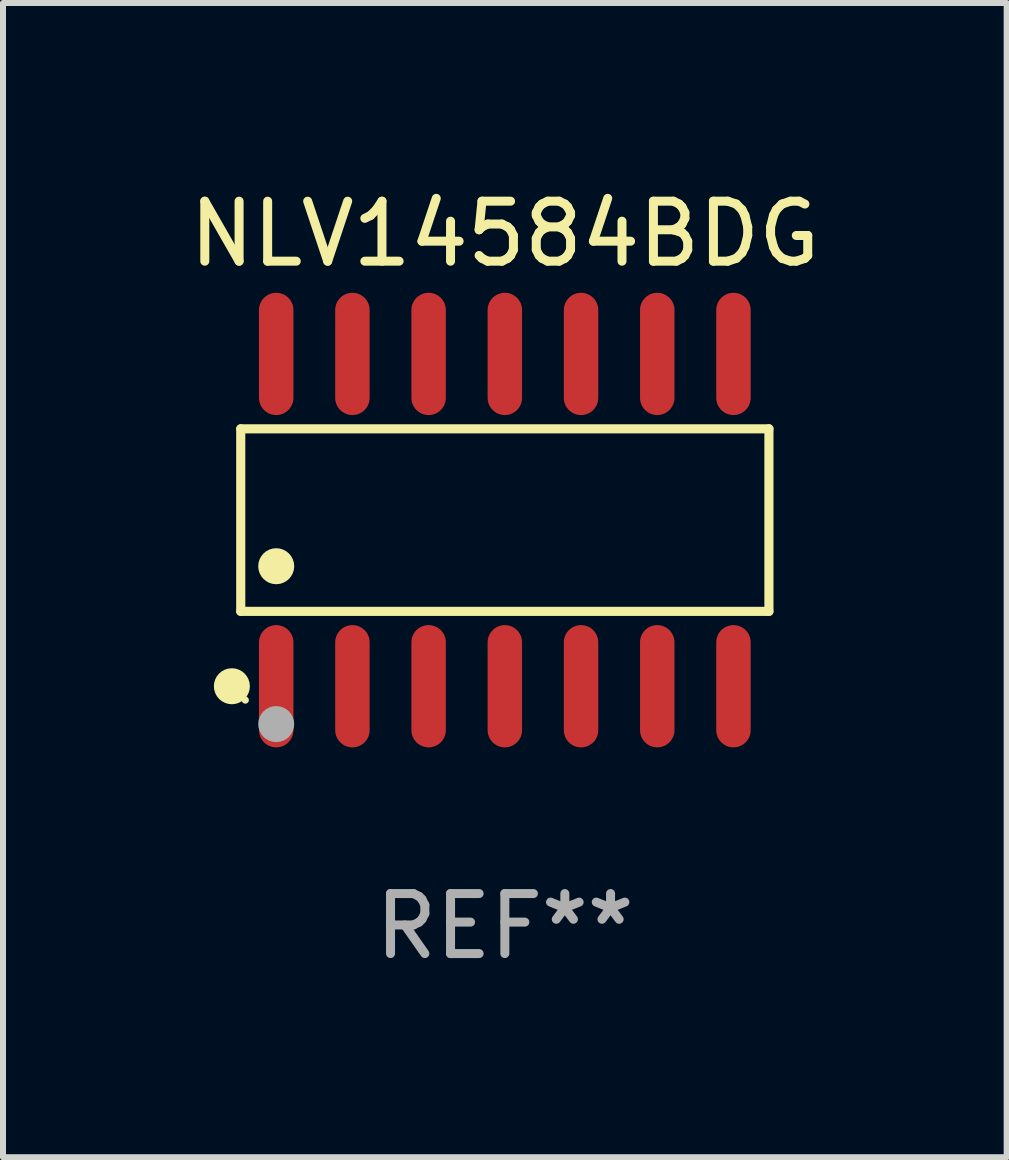
<source format=kicad_pcb>
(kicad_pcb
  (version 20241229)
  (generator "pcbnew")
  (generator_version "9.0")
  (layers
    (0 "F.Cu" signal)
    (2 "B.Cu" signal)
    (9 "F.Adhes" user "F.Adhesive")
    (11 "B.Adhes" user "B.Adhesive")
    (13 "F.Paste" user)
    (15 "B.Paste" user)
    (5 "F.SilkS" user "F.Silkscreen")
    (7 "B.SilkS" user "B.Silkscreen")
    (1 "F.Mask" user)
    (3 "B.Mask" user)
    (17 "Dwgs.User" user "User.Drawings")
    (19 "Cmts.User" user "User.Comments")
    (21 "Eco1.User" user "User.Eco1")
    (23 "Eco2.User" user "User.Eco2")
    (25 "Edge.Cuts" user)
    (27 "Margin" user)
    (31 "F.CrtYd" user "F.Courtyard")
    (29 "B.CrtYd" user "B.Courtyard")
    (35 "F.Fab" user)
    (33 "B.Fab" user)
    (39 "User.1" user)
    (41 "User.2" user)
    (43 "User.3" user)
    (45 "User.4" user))
  (footprint "NLV14584BDG"
    (layer "F.Cu")
    (at 5.363 5.617)
    (property "Reference" "NLV14584BDG" (at 0 -4.769 0) (layer "F.SilkS") (effects (font (size 1 1) (thickness 0.15))))
    (attr through_hole)
    (fp_line (start -4.401 -1.521) (end 4.401 -1.521) (stroke (width 0.152) (type solid)) (layer "F.SilkS"))
    (fp_line (start -4.401 1.521) (end -4.401 -1.521) (stroke (width 0.152) (type solid)) (layer "F.SilkS"))
    (fp_line (start 4.401 -1.521) (end 4.401 1.521) (stroke (width 0.152) (type solid)) (layer "F.SilkS"))
    (fp_line (start 4.401 1.521) (end -4.401 1.521) (stroke (width 0.152) (type solid)) (layer "F.SilkS"))
    (fp_circle (center -4.549 2.769) (end -4.399 2.769) (stroke (width 0.3) (type solid)) (fill no) (layer "F.SilkS"))
    (fp_circle (center -4.325 3) (end -4.295 3) (stroke (width 0.06) (type solid)) (fill no) (layer "F.SilkS"))
    (fp_circle (center -3.81 0.769) (end -3.66 0.769) (stroke (width 0.3) (type solid)) (fill no) (layer "F.SilkS"))
    (fp_circle (center -3.81 3.4) (end -3.66 3.4) (stroke (width 0.3) (type solid)) (fill no) (layer "F.Fab"))
    (fp_text user "REF**" (at 0 6.769 0) (layer "F.Fab") (effects (font (size 1 1) (thickness 0.15))))
    (pad "1" smd oval (at -3.81 2.769) (size 0.574 2.038) (layers "F.Cu" "F.Mask" "F.Paste"))
    (pad "2" smd oval (at -2.54 2.769) (size 0.574 2.038) (layers "F.Cu" "F.Mask" "F.Paste"))
    (pad "3" smd oval (at -1.27 2.769) (size 0.574 2.038) (layers "F.Cu" "F.Mask" "F.Paste"))
    (pad "4" smd oval (at 0 2.769) (size 0.574 2.038) (layers "F.Cu" "F.Mask" "F.Paste"))
    (pad "5" smd oval (at 1.27 2.769) (size 0.574 2.038) (layers "F.Cu" "F.Mask" "F.Paste"))
    (pad "6" smd oval (at 2.54 2.769) (size 0.574 2.038) (layers "F.Cu" "F.Mask" "F.Paste"))
    (pad "7" smd oval (at 3.81 2.769) (size 0.574 2.038) (layers "F.Cu" "F.Mask" "F.Paste"))
    (pad "8" smd oval (at 3.81 -2.769) (size 0.574 2.038) (layers "F.Cu" "F.Mask" "F.Paste"))
    (pad "9" smd oval (at 2.54 -2.769) (size 0.574 2.038) (layers "F.Cu" "F.Mask" "F.Paste"))
    (pad "10" smd oval (at 1.27 -2.769) (size 0.574 2.038) (layers "F.Cu" "F.Mask" "F.Paste"))
    (pad "11" smd oval (at 0 -2.769) (size 0.574 2.038) (layers "F.Cu" "F.Mask" "F.Paste"))
    (pad "12" smd oval (at -1.27 -2.769) (size 0.574 2.038) (layers "F.Cu" "F.Mask" "F.Paste"))
    (pad "13" smd oval (at -2.54 -2.769) (size 0.574 2.038) (layers "F.Cu" "F.Mask" "F.Paste"))
    (pad "14" smd oval (at -3.81 -2.769) (size 0.574 2.038) (layers "F.Cu" "F.Mask" "F.Paste")))
  (gr_rect
    (start -3 -3)
    (end 13.726 16.235)
    (stroke (width 0.1) (type default))
    (fill no)
    (layer "Edge.Cuts")))
</source>
